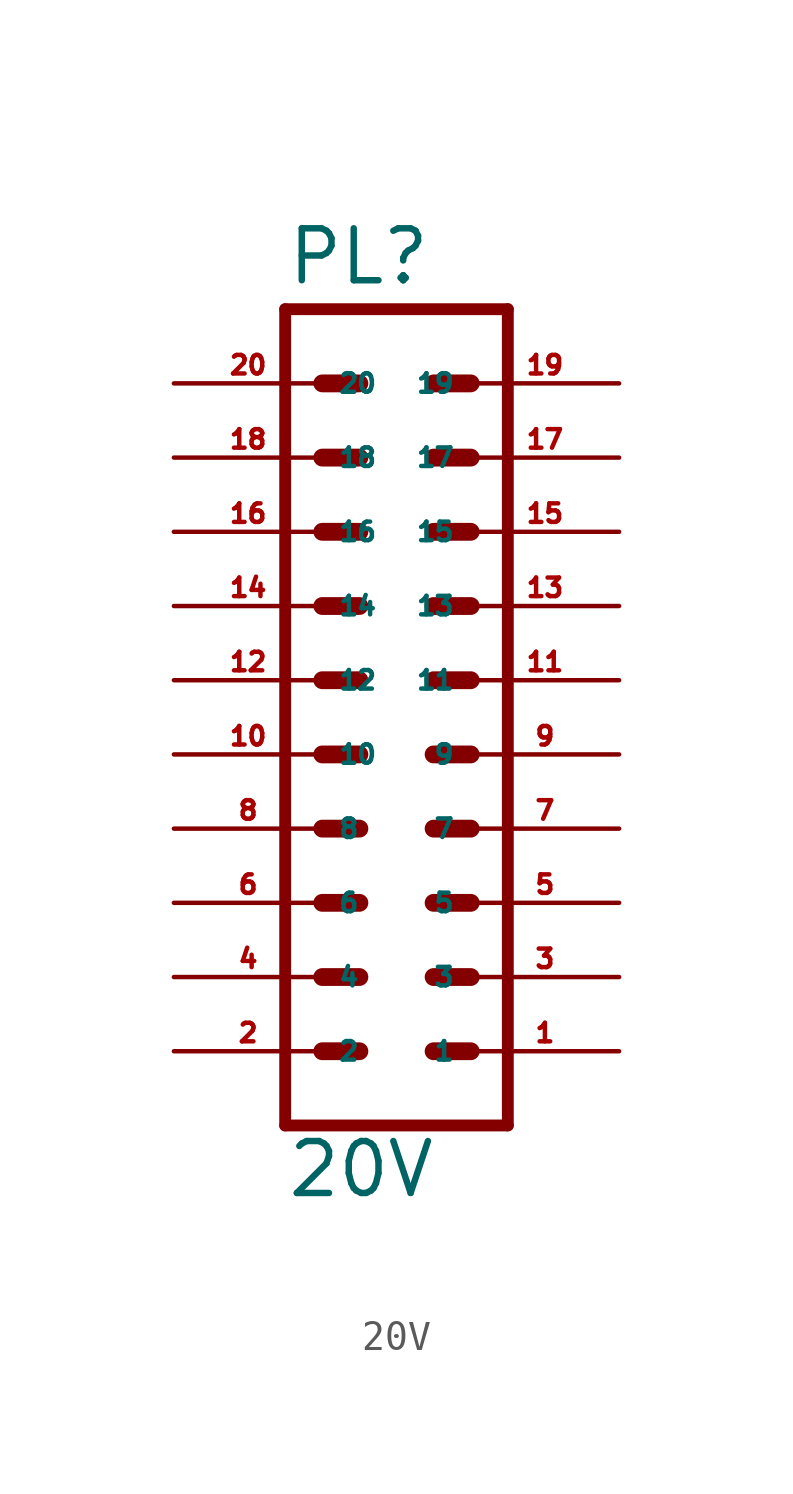
<source format=kicad_sym>
(kicad_symbol_lib
  (version 20220914)
  (generator Eagle2Kicad)
  (symbol "20V"
    (property "Reference" "PL"
      (at -3.81 16.002 0)
      (effects (font (size 1.778 1.778) (thickness 0.22)) (justify left bottom)))
    (property "Value" "20V"
      (at -3.81 -15.24 0)
      (effects (font (size 1.778 1.778) (thickness 0.22)) (justify left bottom)))
    (polyline
      (pts (xy 3.81 -12.7) (xy -3.81 -12.7))
      (stroke (width 0.406) (type default))
      (fill (type none)))
    (polyline
      (pts (xy -3.81 15.24) (xy -3.81 -12.7))
      (stroke (width 0.406) (type default))
      (fill (type none)))
    (polyline
      (pts (xy 3.81 -12.7) (xy 3.81 15.24))
      (stroke (width 0.406) (type default))
      (fill (type none)))
    (polyline
      (pts (xy -3.81 15.24) (xy 3.81 15.24))
      (stroke (width 0.406) (type default))
      (fill (type none)))
    (polyline
      (pts (xy 1.27 0) (xy 2.54 0))
      (stroke (width 0.61) (type default))
      (fill (type none)))
    (polyline
      (pts (xy 1.27 -2.54) (xy 2.54 -2.54))
      (stroke (width 0.61) (type default))
      (fill (type none)))
    (polyline
      (pts (xy 1.27 -5.08) (xy 2.54 -5.08))
      (stroke (width 0.61) (type default))
      (fill (type none)))
    (polyline
      (pts (xy 1.27 -7.62) (xy 2.54 -7.62))
      (stroke (width 0.61) (type default))
      (fill (type none)))
    (polyline
      (pts (xy 1.27 -10.16) (xy 2.54 -10.16))
      (stroke (width 0.61) (type default))
      (fill (type none)))
    (polyline
      (pts (xy -2.54 0) (xy -1.27 0))
      (stroke (width 0.61) (type default))
      (fill (type none)))
    (polyline
      (pts (xy -2.54 -2.54) (xy -1.27 -2.54))
      (stroke (width 0.61) (type default))
      (fill (type none)))
    (polyline
      (pts (xy -2.54 -5.08) (xy -1.27 -5.08))
      (stroke (width 0.61) (type default))
      (fill (type none)))
    (polyline
      (pts (xy -2.54 -7.62) (xy -1.27 -7.62))
      (stroke (width 0.61) (type default))
      (fill (type none)))
    (polyline
      (pts (xy -2.54 -10.16) (xy -1.27 -10.16))
      (stroke (width 0.61) (type default))
      (fill (type none)))
    (polyline
      (pts (xy 1.27 2.54) (xy 2.54 2.54))
      (stroke (width 0.61) (type default))
      (fill (type none)))
    (polyline
      (pts (xy 1.27 5.08) (xy 2.54 5.08))
      (stroke (width 0.61) (type default))
      (fill (type none)))
    (polyline
      (pts (xy 1.27 7.62) (xy 2.54 7.62))
      (stroke (width 0.61) (type default))
      (fill (type none)))
    (polyline
      (pts (xy 1.27 10.16) (xy 2.54 10.16))
      (stroke (width 0.61) (type default))
      (fill (type none)))
    (polyline
      (pts (xy 1.27 12.7) (xy 2.54 12.7))
      (stroke (width 0.61) (type default))
      (fill (type none)))
    (polyline
      (pts (xy -2.54 2.54) (xy -1.27 2.54))
      (stroke (width 0.61) (type default))
      (fill (type none)))
    (polyline
      (pts (xy -2.54 5.08) (xy -1.27 5.08))
      (stroke (width 0.61) (type default))
      (fill (type none)))
    (polyline
      (pts (xy -2.54 7.62) (xy -1.27 7.62))
      (stroke (width 0.61) (type default))
      (fill (type none)))
    (polyline
      (pts (xy -2.54 10.16) (xy -1.27 10.16))
      (stroke (width 0.61) (type default))
      (fill (type none)))
    (polyline
      (pts (xy -2.54 12.7) (xy -1.27 12.7))
      (stroke (width 0.61) (type default))
      (fill (type none)))
    (pin passive line
      (at 7.62 -10.16 180)
      (length 5.08)
      (name "1" (effects (font (size 0.635 0.635) (thickness 0.08)) (justify left bottom)))
      (number "1" (effects (font (size 0.635 0.635) (thickness 0.08)) (justify left bottom))))
    (pin passive line
      (at 7.62 -7.62 180)
      (length 5.08)
      (name "3" (effects (font (size 0.635 0.635) (thickness 0.08)) (justify left bottom)))
      (number "3" (effects (font (size 0.635 0.635) (thickness 0.08)) (justify left bottom))))
    (pin passive line
      (at 7.62 -5.08 180)
      (length 5.08)
      (name "5" (effects (font (size 0.635 0.635) (thickness 0.08)) (justify left bottom)))
      (number "5" (effects (font (size 0.635 0.635) (thickness 0.08)) (justify left bottom))))
    (pin passive line
      (at 7.62 -2.54 180)
      (length 5.08)
      (name "7" (effects (font (size 0.635 0.635) (thickness 0.08)) (justify left bottom)))
      (number "7" (effects (font (size 0.635 0.635) (thickness 0.08)) (justify left bottom))))
    (pin passive line
      (at 7.62 0 180)
      (length 5.08)
      (name "9" (effects (font (size 0.635 0.635) (thickness 0.08)) (justify left bottom)))
      (number "9" (effects (font (size 0.635 0.635) (thickness 0.08)) (justify left bottom))))
    (pin passive line
      (at -7.62 -10.16 0)
      (length 5.08)
      (name "2" (effects (font (size 0.635 0.635) (thickness 0.08)) (justify left bottom)))
      (number "2" (effects (font (size 0.635 0.635) (thickness 0.08)) (justify left bottom))))
    (pin passive line
      (at -7.62 -7.62 0)
      (length 5.08)
      (name "4" (effects (font (size 0.635 0.635) (thickness 0.08)) (justify left bottom)))
      (number "4" (effects (font (size 0.635 0.635) (thickness 0.08)) (justify left bottom))))
    (pin passive line
      (at -7.62 -5.08 0)
      (length 5.08)
      (name "6" (effects (font (size 0.635 0.635) (thickness 0.08)) (justify left bottom)))
      (number "6" (effects (font (size 0.635 0.635) (thickness 0.08)) (justify left bottom))))
    (pin passive line
      (at -7.62 -2.54 0)
      (length 5.08)
      (name "8" (effects (font (size 0.635 0.635) (thickness 0.08)) (justify left bottom)))
      (number "8" (effects (font (size 0.635 0.635) (thickness 0.08)) (justify left bottom))))
    (pin passive line
      (at -7.62 0 0)
      (length 5.08)
      (name "10" (effects (font (size 0.635 0.635) (thickness 0.08)) (justify left bottom)))
      (number "10" (effects (font (size 0.635 0.635) (thickness 0.08)) (justify left bottom))))
    (pin passive line
      (at 7.62 2.54 180)
      (length 5.08)
      (name "11" (effects (font (size 0.635 0.635) (thickness 0.08)) (justify left bottom)))
      (number "11" (effects (font (size 0.635 0.635) (thickness 0.08)) (justify left bottom))))
    (pin passive line
      (at 7.62 5.08 180)
      (length 5.08)
      (name "13" (effects (font (size 0.635 0.635) (thickness 0.08)) (justify left bottom)))
      (number "13" (effects (font (size 0.635 0.635) (thickness 0.08)) (justify left bottom))))
    (pin passive line
      (at 7.62 7.62 180)
      (length 5.08)
      (name "15" (effects (font (size 0.635 0.635) (thickness 0.08)) (justify left bottom)))
      (number "15" (effects (font (size 0.635 0.635) (thickness 0.08)) (justify left bottom))))
    (pin passive line
      (at 7.62 10.16 180)
      (length 5.08)
      (name "17" (effects (font (size 0.635 0.635) (thickness 0.08)) (justify left bottom)))
      (number "17" (effects (font (size 0.635 0.635) (thickness 0.08)) (justify left bottom))))
    (pin passive line
      (at 7.62 12.7 180)
      (length 5.08)
      (name "19" (effects (font (size 0.635 0.635) (thickness 0.08)) (justify left bottom)))
      (number "19" (effects (font (size 0.635 0.635) (thickness 0.08)) (justify left bottom))))
    (pin passive line
      (at -7.62 2.54 0)
      (length 5.08)
      (name "12" (effects (font (size 0.635 0.635) (thickness 0.08)) (justify left bottom)))
      (number "12" (effects (font (size 0.635 0.635) (thickness 0.08)) (justify left bottom))))
    (pin passive line
      (at -7.62 5.08 0)
      (length 5.08)
      (name "14" (effects (font (size 0.635 0.635) (thickness 0.08)) (justify left bottom)))
      (number "14" (effects (font (size 0.635 0.635) (thickness 0.08)) (justify left bottom))))
    (pin passive line
      (at -7.62 7.62 0)
      (length 5.08)
      (name "16" (effects (font (size 0.635 0.635) (thickness 0.08)) (justify left bottom)))
      (number "16" (effects (font (size 0.635 0.635) (thickness 0.08)) (justify left bottom))))
    (pin passive line
      (at -7.62 10.16 0)
      (length 5.08)
      (name "18" (effects (font (size 0.635 0.635) (thickness 0.08)) (justify left bottom)))
      (number "18" (effects (font (size 0.635 0.635) (thickness 0.08)) (justify left bottom))))
    (pin passive line
      (at -7.62 12.7 0)
      (length 5.08)
      (name "20" (effects (font (size 0.635 0.635) (thickness 0.08)) (justify left bottom)))
      (number "20" (effects (font (size 0.635 0.635) (thickness 0.08)) (justify left bottom))))))
</source>
